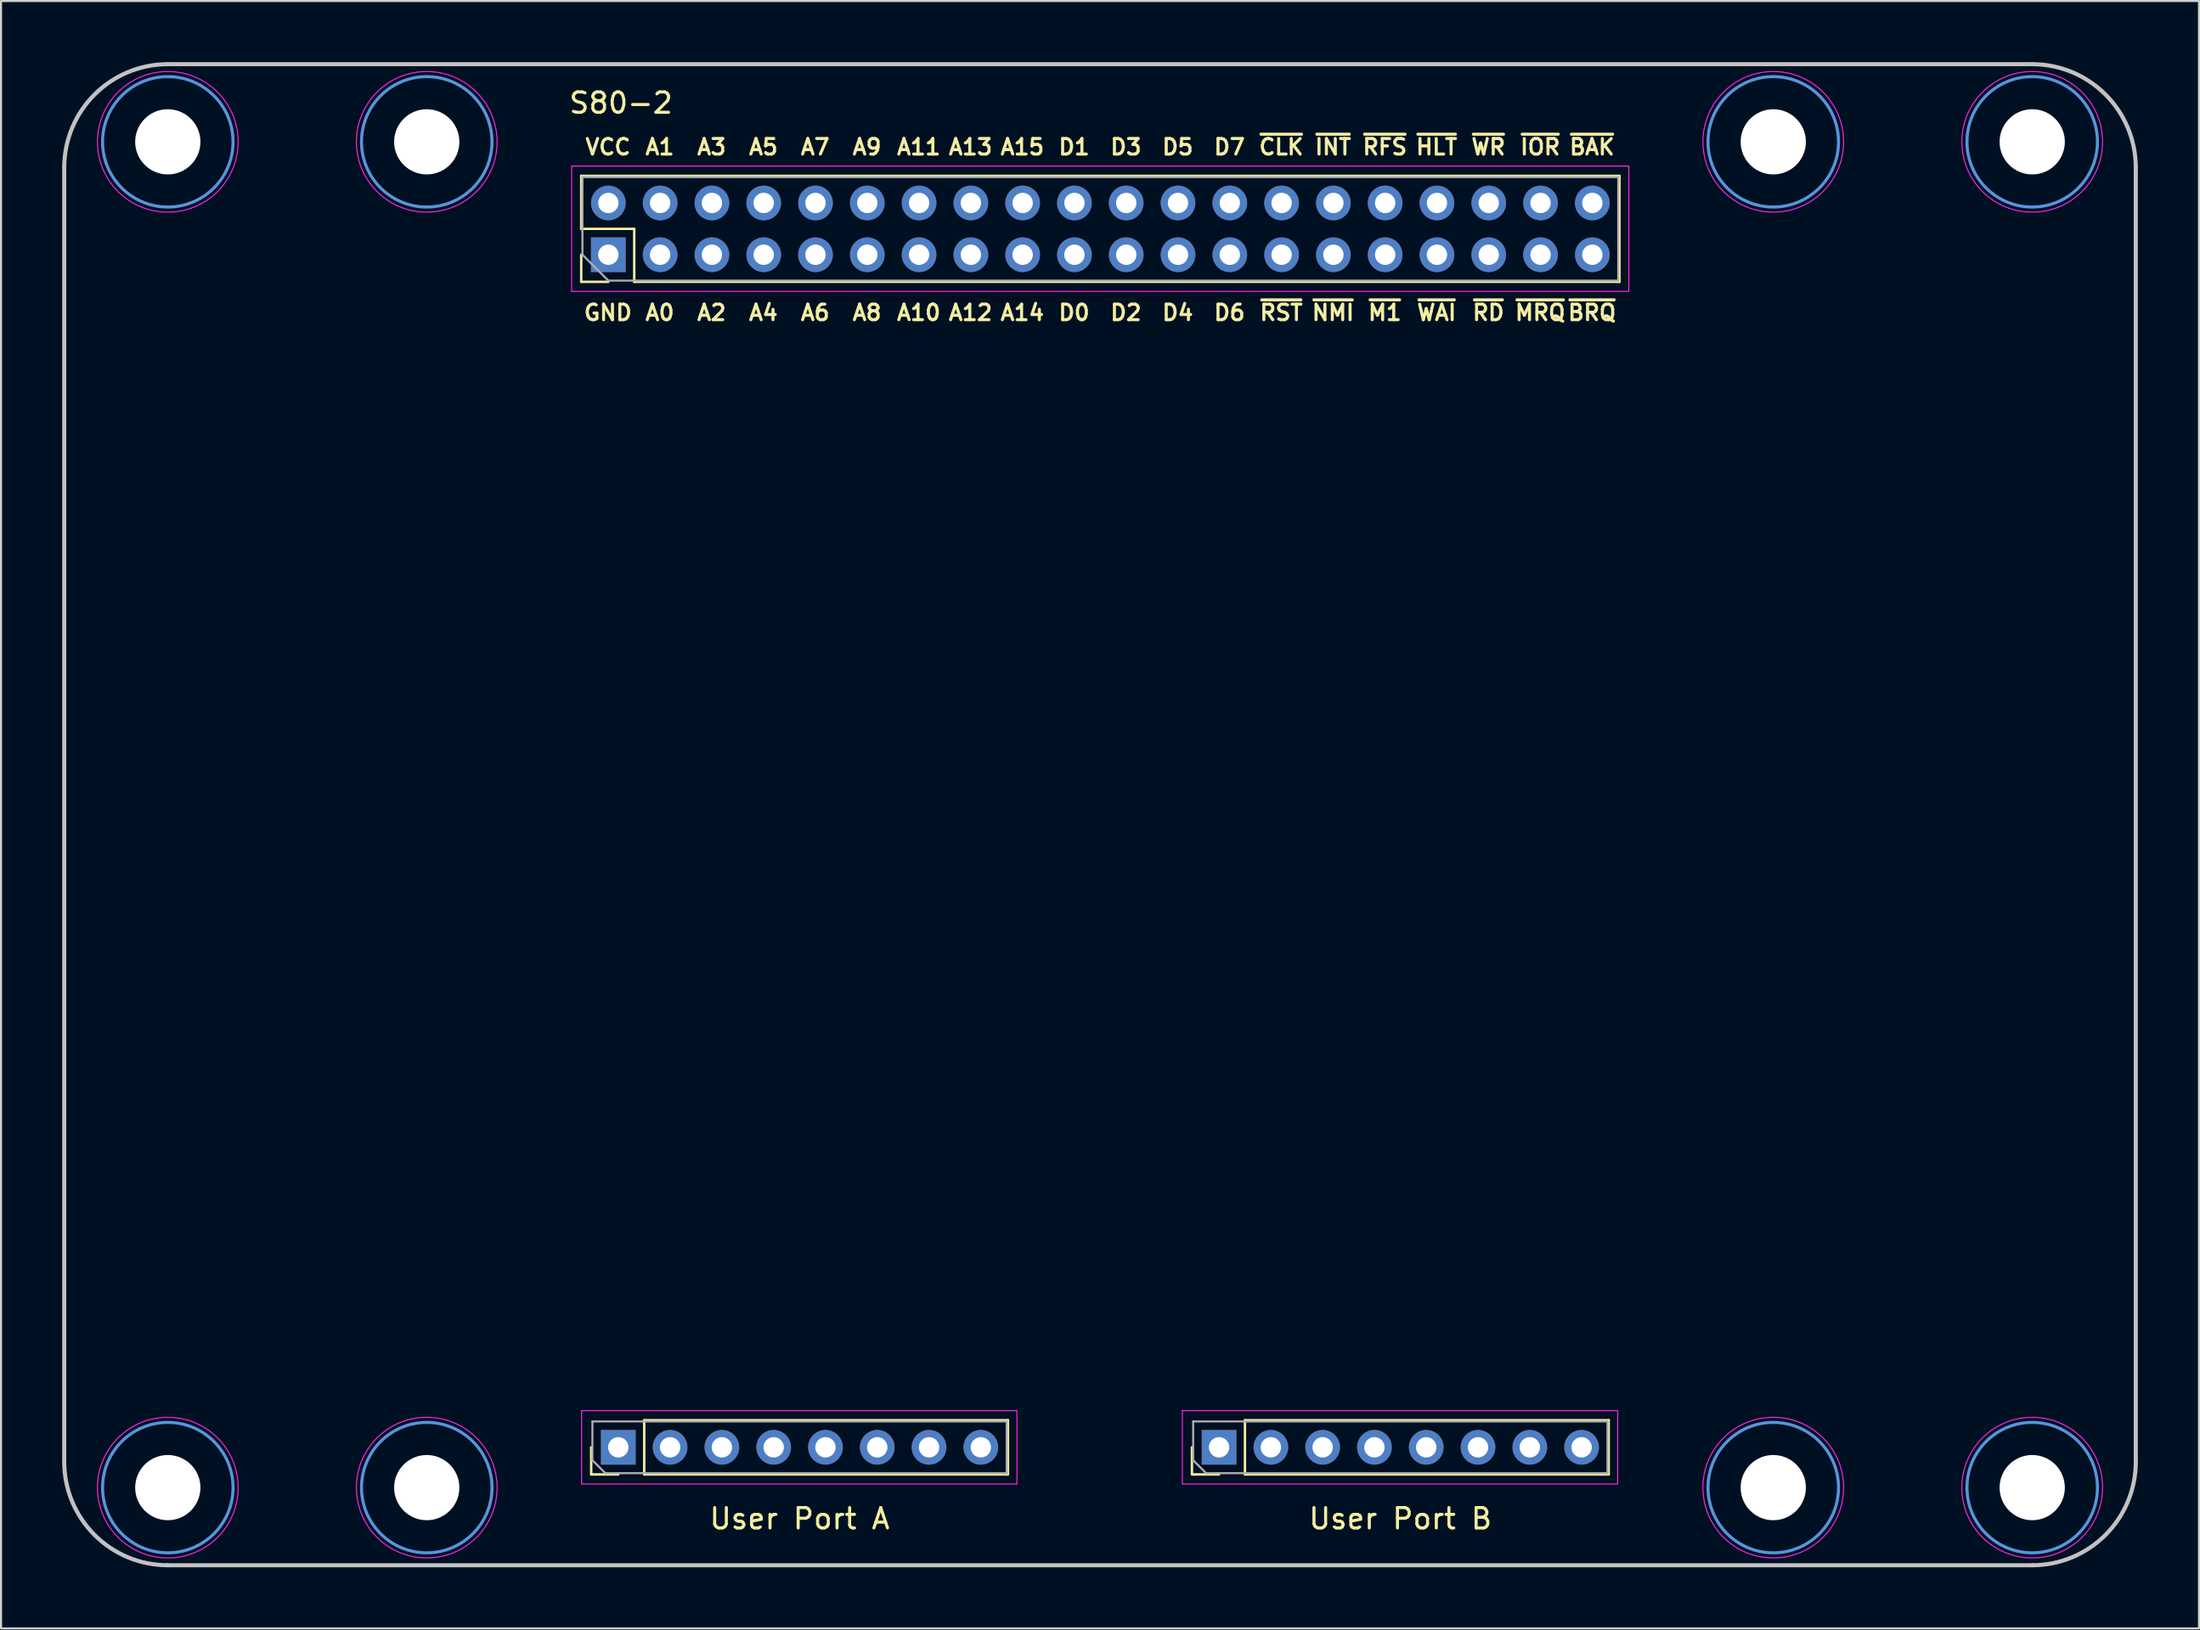
<source format=kicad_pcb>
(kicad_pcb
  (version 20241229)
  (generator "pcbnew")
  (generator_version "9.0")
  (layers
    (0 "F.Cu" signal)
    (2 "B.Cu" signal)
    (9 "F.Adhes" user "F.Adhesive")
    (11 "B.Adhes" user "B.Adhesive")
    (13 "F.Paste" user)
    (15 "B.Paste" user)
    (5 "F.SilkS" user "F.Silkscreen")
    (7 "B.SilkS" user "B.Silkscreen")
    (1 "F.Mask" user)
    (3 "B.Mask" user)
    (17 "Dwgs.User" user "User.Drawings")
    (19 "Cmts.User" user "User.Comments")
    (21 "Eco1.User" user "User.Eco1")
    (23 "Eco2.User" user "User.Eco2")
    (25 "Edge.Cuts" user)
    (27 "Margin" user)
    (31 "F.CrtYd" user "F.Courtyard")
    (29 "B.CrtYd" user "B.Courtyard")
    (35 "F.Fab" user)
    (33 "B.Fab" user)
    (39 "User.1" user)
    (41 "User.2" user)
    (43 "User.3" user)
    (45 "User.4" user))
  (footprint "S80-2"
    (layer "F.Cu")
    (at 50.9 36.93)
    (property "Reference" "S80-2" (at -23.495 -34.925 0) (layer "F.SilkS") (effects (font (size 1 1) (thickness 0.15))))
    (attr through_hole)
    (fp_line (start -25.444 -31.35) (end 25.476 -31.35) (stroke (width 0.12) (type solid)) (layer "F.SilkS"))
    (fp_line (start -25.444 -28.75) (end -25.444 -31.35) (stroke (width 0.12) (type solid)) (layer "F.SilkS"))
    (fp_line (start -25.444 -26.15) (end -25.444 -27.48) (stroke (width 0.12) (type solid)) (layer "F.SilkS"))
    (fp_line (start -24.955 32.372) (end -24.955 31.042) (stroke (width 0.12) (type solid)) (layer "F.SilkS"))
    (fp_line (start -24.114 -26.15) (end -25.444 -26.15) (stroke (width 0.12) (type solid)) (layer "F.SilkS"))
    (fp_line (start -23.625 32.372) (end -24.955 32.372) (stroke (width 0.12) (type solid)) (layer "F.SilkS"))
    (fp_line (start -22.844 -28.75) (end -25.444 -28.75) (stroke (width 0.12) (type solid)) (layer "F.SilkS"))
    (fp_line (start -22.844 -26.15) (end -22.844 -28.75) (stroke (width 0.12) (type solid)) (layer "F.SilkS"))
    (fp_line (start -22.844 -26.15) (end 25.476 -26.15) (stroke (width 0.12) (type solid)) (layer "F.SilkS"))
    (fp_line (start -22.355 29.712) (end -4.515 29.712) (stroke (width 0.12) (type solid)) (layer "F.SilkS"))
    (fp_line (start -22.355 32.372) (end -22.355 29.712) (stroke (width 0.12) (type solid)) (layer "F.SilkS"))
    (fp_line (start -22.355 32.372) (end -4.515 32.372) (stroke (width 0.12) (type solid)) (layer "F.SilkS"))
    (fp_line (start -4.515 32.372) (end -4.515 29.712) (stroke (width 0.12) (type solid)) (layer "F.SilkS"))
    (fp_line (start 4.509 32.372) (end 4.509 31.042) (stroke (width 0.12) (type solid)) (layer "F.SilkS"))
    (fp_line (start 5.839 32.372) (end 4.509 32.372) (stroke (width 0.12) (type solid)) (layer "F.SilkS"))
    (fp_line (start 7.109 29.712) (end 24.949 29.712) (stroke (width 0.12) (type solid)) (layer "F.SilkS"))
    (fp_line (start 7.109 32.372) (end 7.109 29.712) (stroke (width 0.12) (type solid)) (layer "F.SilkS"))
    (fp_line (start 7.109 32.372) (end 24.949 32.372) (stroke (width 0.12) (type solid)) (layer "F.SilkS"))
    (fp_line (start 24.949 32.372) (end 24.949 29.712) (stroke (width 0.12) (type solid)) (layer "F.SilkS"))
    (fp_line (start 25.476 -26.15) (end 25.476 -31.35) (stroke (width 0.12) (type solid)) (layer "F.SilkS"))
    (fp_line (start -50.8 -31.75) (end -50.8 31.75) (stroke (width 0.2) (type solid)) (layer "Dwgs.User"))
    (fp_line (start -45.72 -36.83) (end 45.72 -36.83) (stroke (width 0.2) (type solid)) (layer "Dwgs.User"))
    (fp_line (start -45.72 36.83) (end 45.72 36.83) (stroke (width 0.2) (type solid)) (layer "Dwgs.User"))
    (fp_line (start 50.8 -31.75) (end 50.8 31.75) (stroke (width 0.2) (type solid)) (layer "Dwgs.User"))
    (fp_arc (start -50.8 -31.75) (mid -49.312102 -35.342102) (end -45.72 -36.83) (stroke (width 0.2) (type solid)) (layer "Dwgs.User"))
    (fp_arc (start -45.72 36.83) (mid -49.312102 35.342102) (end -50.8 31.75) (stroke (width 0.2) (type solid)) (layer "Dwgs.User"))
    (fp_arc (start 45.72 -36.83) (mid 49.312102 -35.342102) (end 50.8 -31.75) (stroke (width 0.2) (type solid)) (layer "Dwgs.User"))
    (fp_arc (start 50.8 31.75) (mid 49.312102 35.342102) (end 45.72 36.83) (stroke (width 0.2) (type solid)) (layer "Dwgs.User"))
    (fp_circle (center -45.72 -33.02) (end -42.52 -33.02) (stroke (width 0.15) (type solid)) (fill no) (layer "Cmts.User"))
    (fp_circle (center -45.72 33.02) (end -42.52 33.02) (stroke (width 0.15) (type solid)) (fill no) (layer "Cmts.User"))
    (fp_circle (center -33.02 -33.02) (end -29.82 -33.02) (stroke (width 0.15) (type solid)) (fill no) (layer "Cmts.User"))
    (fp_circle (center -33.02 33.02) (end -29.82 33.02) (stroke (width 0.15) (type solid)) (fill no) (layer "Cmts.User"))
    (fp_circle (center 33.02 -33.02) (end 36.22 -33.02) (stroke (width 0.15) (type solid)) (fill no) (layer "Cmts.User"))
    (fp_circle (center 33.02 33.02) (end 36.22 33.02) (stroke (width 0.15) (type solid)) (fill no) (layer "Cmts.User"))
    (fp_circle (center 45.72 -33.02) (end 48.92 -33.02) (stroke (width 0.15) (type solid)) (fill no) (layer "Cmts.User"))
    (fp_circle (center 45.72 33.02) (end 48.92 33.02) (stroke (width 0.15) (type solid)) (fill no) (layer "Cmts.User"))
    (fp_line (start -25.914 -31.83) (end -25.914 -25.68) (stroke (width 0.05) (type solid)) (layer "F.CrtYd"))
    (fp_line (start -25.914 -25.68) (end 25.936 -25.68) (stroke (width 0.05) (type solid)) (layer "F.CrtYd"))
    (fp_line (start -25.425 29.242) (end -25.425 32.842) (stroke (width 0.05) (type solid)) (layer "F.CrtYd"))
    (fp_line (start -25.425 32.842) (end -4.075 32.842) (stroke (width 0.05) (type solid)) (layer "F.CrtYd"))
    (fp_line (start -4.075 29.242) (end -25.425 29.242) (stroke (width 0.05) (type solid)) (layer "F.CrtYd"))
    (fp_line (start -4.075 32.842) (end -4.075 29.242) (stroke (width 0.05) (type solid)) (layer "F.CrtYd"))
    (fp_line (start 4.039 29.242) (end 4.039 32.842) (stroke (width 0.05) (type solid)) (layer "F.CrtYd"))
    (fp_line (start 4.039 32.842) (end 25.389 32.842) (stroke (width 0.05) (type solid)) (layer "F.CrtYd"))
    (fp_line (start 25.389 29.242) (end 4.039 29.242) (stroke (width 0.05) (type solid)) (layer "F.CrtYd"))
    (fp_line (start 25.389 32.842) (end 25.389 29.242) (stroke (width 0.05) (type solid)) (layer "F.CrtYd"))
    (fp_line (start 25.936 -31.83) (end -25.914 -31.83) (stroke (width 0.05) (type solid)) (layer "F.CrtYd"))
    (fp_line (start 25.936 -25.68) (end 25.936 -31.83) (stroke (width 0.05) (type solid)) (layer "F.CrtYd"))
    (fp_circle (center -45.72 -33.02) (end -42.27 -33.02) (stroke (width 0.05) (type solid)) (fill no) (layer "F.CrtYd"))
    (fp_circle (center -45.72 33.02) (end -42.27 33.02) (stroke (width 0.05) (type solid)) (fill no) (layer "F.CrtYd"))
    (fp_circle (center -33.02 -33.02) (end -29.57 -33.02) (stroke (width 0.05) (type solid)) (fill no) (layer "F.CrtYd"))
    (fp_circle (center -33.02 33.02) (end -29.57 33.02) (stroke (width 0.05) (type solid)) (fill no) (layer "F.CrtYd"))
    (fp_circle (center 33.02 -33.02) (end 36.47 -33.02) (stroke (width 0.05) (type solid)) (fill no) (layer "F.CrtYd"))
    (fp_circle (center 33.02 33.02) (end 36.47 33.02) (stroke (width 0.05) (type solid)) (fill no) (layer "F.CrtYd"))
    (fp_circle (center 45.72 -33.02) (end 49.17 -33.02) (stroke (width 0.05) (type solid)) (fill no) (layer "F.CrtYd"))
    (fp_circle (center 45.72 33.02) (end 49.17 33.02) (stroke (width 0.05) (type solid)) (fill no) (layer "F.CrtYd"))
    (fp_line (start -25.384 -31.29) (end 25.416 -31.29) (stroke (width 0.1) (type solid)) (layer "F.Fab"))
    (fp_line (start -25.384 -27.48) (end -25.384 -31.29) (stroke (width 0.1) (type solid)) (layer "F.Fab"))
    (fp_line (start -24.895 29.772) (end -4.575 29.772) (stroke (width 0.1) (type solid)) (layer "F.Fab"))
    (fp_line (start -24.895 31.677) (end -24.895 29.772) (stroke (width 0.1) (type solid)) (layer "F.Fab"))
    (fp_line (start -24.26 32.312) (end -24.895 31.677) (stroke (width 0.1) (type solid)) (layer "F.Fab"))
    (fp_line (start -24.114 -26.21) (end -25.384 -27.48) (stroke (width 0.1) (type solid)) (layer "F.Fab"))
    (fp_line (start -4.575 29.772) (end -4.575 32.312) (stroke (width 0.1) (type solid)) (layer "F.Fab"))
    (fp_line (start -4.575 32.312) (end -24.26 32.312) (stroke (width 0.1) (type solid)) (layer "F.Fab"))
    (fp_line (start 4.569 29.772) (end 24.889 29.772) (stroke (width 0.1) (type solid)) (layer "F.Fab"))
    (fp_line (start 4.569 31.677) (end 4.569 29.772) (stroke (width 0.1) (type solid)) (layer "F.Fab"))
    (fp_line (start 5.204 32.312) (end 4.569 31.677) (stroke (width 0.1) (type solid)) (layer "F.Fab"))
    (fp_line (start 24.889 29.772) (end 24.889 32.312) (stroke (width 0.1) (type solid)) (layer "F.Fab"))
    (fp_line (start 24.889 32.312) (end 5.204 32.312) (stroke (width 0.1) (type solid)) (layer "F.Fab"))
    (fp_line (start 25.416 -31.29) (end 25.416 -26.21) (stroke (width 0.1) (type solid)) (layer "F.Fab"))
    (fp_line (start 25.416 -26.21) (end -24.114 -26.21) (stroke (width 0.1) (type solid)) (layer "F.Fab"))
    (fp_text user "A6" (at -13.97 -24.638 0) (layer "F.SilkS") (effects (font (size 0.762 0.762) (thickness 0.15))))
    (fp_text user "A0" (at -21.59 -24.638 0) (layer "F.SilkS") (effects (font (size 0.762 0.762) (thickness 0.15))))
    (fp_text user "~{WR}" (at 19.05 -32.766 0) (layer "F.SilkS") (effects (font (size 0.762 0.762) (thickness 0.15))))
    (fp_text user "~{M1}" (at 13.97 -24.638 0) (layer "F.SilkS") (effects (font (size 0.762 0.762) (thickness 0.15))))
    (fp_text user "~{HLT}" (at 16.51 -32.766 0) (layer "F.SilkS") (effects (font (size 0.762 0.762) (thickness 0.15))))
    (fp_text user "~{WAI}" (at 16.51 -24.638 0) (layer "F.SilkS") (effects (font (size 0.762 0.762) (thickness 0.15))))
    (fp_text user "~{MRQ}" (at 21.59 -24.638 0) (layer "F.SilkS") (effects (font (size 0.762 0.762) (thickness 0.15))))
    (fp_text user "~{CLK}" (at 8.89 -32.766 0) (layer "F.SilkS") (effects (font (size 0.762 0.762) (thickness 0.15))))
    (fp_text user "~{RST}" (at 8.89 -24.638 0) (layer "F.SilkS") (effects (font (size 0.762 0.762) (thickness 0.15))))
    (fp_text user "A15" (at -3.81 -32.766 0) (layer "F.SilkS") (effects (font (size 0.762 0.762) (thickness 0.15))))
    (fp_text user "A14" (at -3.81 -24.638 0) (layer "F.SilkS") (effects (font (size 0.762 0.762) (thickness 0.15))))
    (fp_text user "D3" (at 1.27 -32.766 0) (layer "F.SilkS") (effects (font (size 0.762 0.762) (thickness 0.15))))
    (fp_text user "~{BRQ}" (at 24.13 -24.638 0) (layer "F.SilkS") (effects (font (size 0.762 0.762) (thickness 0.15))))
    (fp_text user "A12" (at -6.35 -24.638 0) (layer "F.SilkS") (effects (font (size 0.762 0.762) (thickness 0.15))))
    (fp_text user "A4" (at -16.51 -24.638 0) (layer "F.SilkS") (effects (font (size 0.762 0.762) (thickness 0.15))))
    (fp_text user "A13" (at -6.35 -32.766 0) (layer "F.SilkS") (effects (font (size 0.762 0.762) (thickness 0.15))))
    (fp_text user "User Port A" (at -14.732 34.544 0) (layer "F.SilkS") (effects (font (size 1 1) (thickness 0.15))))
    (fp_text user "A2" (at -19.05 -24.638 0) (layer "F.SilkS") (effects (font (size 0.762 0.762) (thickness 0.15))))
    (fp_text user "A5" (at -16.51 -32.766 0) (layer "F.SilkS") (effects (font (size 0.762 0.762) (thickness 0.15))))
    (fp_text user "D0" (at -1.27 -24.638 0) (layer "F.SilkS") (effects (font (size 0.762 0.762) (thickness 0.15))))
    (fp_text user "D7" (at 6.35 -32.766 0) (layer "F.SilkS") (effects (font (size 0.762 0.762) (thickness 0.15))))
    (fp_text user "A7" (at -13.97 -32.766 0) (layer "F.SilkS") (effects (font (size 0.762 0.762) (thickness 0.15))))
    (fp_text user "A8" (at -11.43 -24.638 0) (layer "F.SilkS") (effects (font (size 0.762 0.762) (thickness 0.15))))
    (fp_text user "D4" (at 3.81 -24.638 0) (layer "F.SilkS") (effects (font (size 0.762 0.762) (thickness 0.15))))
    (fp_text user "D1" (at -1.27 -32.766 0) (layer "F.SilkS") (effects (font (size 0.762 0.762) (thickness 0.15))))
    (fp_text user "A1" (at -21.59 -32.766 0) (layer "F.SilkS") (effects (font (size 0.762 0.762) (thickness 0.15))))
    (fp_text user "D5" (at 3.81 -32.766 0) (layer "F.SilkS") (effects (font (size 0.762 0.762) (thickness 0.15))))
    (fp_text user "User Port B" (at 14.732 34.544 0) (layer "F.SilkS") (effects (font (size 1 1) (thickness 0.15))))
    (fp_text user "~{IOR}" (at 21.59 -32.766 0) (layer "F.SilkS") (effects (font (size 0.762 0.762) (thickness 0.15))))
    (fp_text user "A10" (at -8.89 -24.638 0) (layer "F.SilkS") (effects (font (size 0.762 0.762) (thickness 0.15))))
    (fp_text user "A3" (at -19.05 -32.766 0) (layer "F.SilkS") (effects (font (size 0.762 0.762) (thickness 0.15))))
    (fp_text user "~{INT}" (at 11.43 -32.766 0) (layer "F.SilkS") (effects (font (size 0.762 0.762) (thickness 0.15))))
    (fp_text user "A9" (at -11.43 -32.766 0) (layer "F.SilkS") (effects (font (size 0.762 0.762) (thickness 0.15))))
    (fp_text user "~{NMI}" (at 11.43 -24.638 0) (layer "F.SilkS") (effects (font (size 0.762 0.762) (thickness 0.15))))
    (fp_text user "D6" (at 6.35 -24.638 0) (layer "F.SilkS") (effects (font (size 0.762 0.762) (thickness 0.15))))
    (fp_text user "A11" (at -8.89 -32.766 0) (layer "F.SilkS") (effects (font (size 0.762 0.762) (thickness 0.15))))
    (fp_text user "VCC" (at -24.13 -32.766 0) (layer "F.SilkS") (effects (font (size 0.762 0.762) (thickness 0.15))))
    (fp_text user "GND" (at -24.13 -24.638 0) (layer "F.SilkS") (effects (font (size 0.762 0.762) (thickness 0.15))))
    (fp_text user "~{RFS}" (at 13.97 -32.766 0) (layer "F.SilkS") (effects (font (size 0.762 0.762) (thickness 0.15))))
    (fp_text user "~{BAK}" (at 24.13 -32.766 0) (layer "F.SilkS") (effects (font (size 0.762 0.762) (thickness 0.15))))
    (fp_text user "~{RD}" (at 19.05 -24.638 0) (layer "F.SilkS") (effects (font (size 0.762 0.762) (thickness 0.15))))
    (fp_text user "D2" (at 1.27 -24.638 0) (layer "F.SilkS") (effects (font (size 0.762 0.762) (thickness 0.15))))
    (pad "" np_thru_hole circle (at -45.72 -33.02) (size 3.2 3.2) (drill 3.2) (layers "*.Cu" "*.Mask"))
    (pad "" np_thru_hole circle (at -45.72 33.02) (size 3.2 3.2) (drill 3.2) (layers "*.Cu" "*.Mask"))
    (pad "" np_thru_hole circle (at -33.02 -33.02) (size 3.2 3.2) (drill 3.2) (layers "*.Cu" "*.Mask"))
    (pad "" np_thru_hole circle (at -33.02 33.02) (size 3.2 3.2) (drill 3.2) (layers "*.Cu" "*.Mask"))
    (pad "" np_thru_hole circle (at 33.02 -33.02) (size 3.2 3.2) (drill 3.2) (layers "*.Cu" "*.Mask"))
    (pad "" np_thru_hole circle (at 33.02 33.02) (size 3.2 3.2) (drill 3.2) (layers "*.Cu" "*.Mask"))
    (pad "" np_thru_hole circle (at 45.72 -33.02) (size 3.2 3.2) (drill 3.2) (layers "*.Cu" "*.Mask"))
    (pad "" np_thru_hole circle (at 45.72 33.02) (size 3.2 3.2) (drill 3.2) (layers "*.Cu" "*.Mask"))
    (pad "1" thru_hole rect (at -24.114 -27.48 90) (size 1.7 1.7) (drill 1) (layers "*.Cu" "*.Mask"))
    (pad "2" thru_hole oval (at -24.114 -30.02 90) (size 1.7 1.7) (drill 1) (layers "*.Cu" "*.Mask"))
    (pad "3" thru_hole oval (at -21.574 -27.48 90) (size 1.7 1.7) (drill 1) (layers "*.Cu" "*.Mask"))
    (pad "4" thru_hole oval (at -21.574 -30.02 90) (size 1.7 1.7) (drill 1) (layers "*.Cu" "*.Mask"))
    (pad "5" thru_hole oval (at -19.034 -27.48 90) (size 1.7 1.7) (drill 1) (layers "*.Cu" "*.Mask"))
    (pad "6" thru_hole oval (at -19.034 -30.02 90) (size 1.7 1.7) (drill 1) (layers "*.Cu" "*.Mask"))
    (pad "7" thru_hole oval (at -16.494 -27.48 90) (size 1.7 1.7) (drill 1) (layers "*.Cu" "*.Mask"))
    (pad "8" thru_hole oval (at -16.494 -30.02 90) (size 1.7 1.7) (drill 1) (layers "*.Cu" "*.Mask"))
    (pad "9" thru_hole oval (at -13.954 -27.48 90) (size 1.7 1.7) (drill 1) (layers "*.Cu" "*.Mask"))
    (pad "10" thru_hole oval (at -13.954 -30.02 90) (size 1.7 1.7) (drill 1) (layers "*.Cu" "*.Mask"))
    (pad "11" thru_hole oval (at -11.414 -27.48 90) (size 1.7 1.7) (drill 1) (layers "*.Cu" "*.Mask"))
    (pad "12" thru_hole oval (at -11.414 -30.02 90) (size 1.7 1.7) (drill 1) (layers "*.Cu" "*.Mask"))
    (pad "13" thru_hole oval (at -8.874 -27.48 90) (size 1.7 1.7) (drill 1) (layers "*.Cu" "*.Mask"))
    (pad "14" thru_hole oval (at -8.874 -30.02 90) (size 1.7 1.7) (drill 1) (layers "*.Cu" "*.Mask"))
    (pad "15" thru_hole oval (at -6.334 -27.48 90) (size 1.7 1.7) (drill 1) (layers "*.Cu" "*.Mask"))
    (pad "16" thru_hole oval (at -6.334 -30.02 90) (size 1.7 1.7) (drill 1) (layers "*.Cu" "*.Mask"))
    (pad "17" thru_hole oval (at -3.794 -27.48 90) (size 1.7 1.7) (drill 1) (layers "*.Cu" "*.Mask"))
    (pad "18" thru_hole oval (at -3.794 -30.02 90) (size 1.7 1.7) (drill 1) (layers "*.Cu" "*.Mask"))
    (pad "19" thru_hole oval (at -1.254 -27.48 90) (size 1.7 1.7) (drill 1) (layers "*.Cu" "*.Mask"))
    (pad "20" thru_hole oval (at -1.254 -30.02 90) (size 1.7 1.7) (drill 1) (layers "*.Cu" "*.Mask"))
    (pad "21" thru_hole oval (at 1.286 -27.48 90) (size 1.7 1.7) (drill 1) (layers "*.Cu" "*.Mask"))
    (pad "22" thru_hole oval (at 1.286 -30.02 90) (size 1.7 1.7) (drill 1) (layers "*.Cu" "*.Mask"))
    (pad "23" thru_hole oval (at 3.826 -27.48 90) (size 1.7 1.7) (drill 1) (layers "*.Cu" "*.Mask"))
    (pad "24" thru_hole oval (at 3.826 -30.02 90) (size 1.7 1.7) (drill 1) (layers "*.Cu" "*.Mask"))
    (pad "25" thru_hole oval (at 6.366 -27.48 90) (size 1.7 1.7) (drill 1) (layers "*.Cu" "*.Mask"))
    (pad "26" thru_hole oval (at 6.366 -30.02 90) (size 1.7 1.7) (drill 1) (layers "*.Cu" "*.Mask"))
    (pad "27" thru_hole oval (at 8.906 -27.48 90) (size 1.7 1.7) (drill 1) (layers "*.Cu" "*.Mask"))
    (pad "28" thru_hole oval (at 8.906 -30.02 90) (size 1.7 1.7) (drill 1) (layers "*.Cu" "*.Mask"))
    (pad "29" thru_hole oval (at 11.446 -27.48 90) (size 1.7 1.7) (drill 1) (layers "*.Cu" "*.Mask"))
    (pad "30" thru_hole oval (at 11.446 -30.02 90) (size 1.7 1.7) (drill 1) (layers "*.Cu" "*.Mask"))
    (pad "31" thru_hole oval (at 13.986 -27.48 90) (size 1.7 1.7) (drill 1) (layers "*.Cu" "*.Mask"))
    (pad "32" thru_hole oval (at 13.986 -30.02 90) (size 1.7 1.7) (drill 1) (layers "*.Cu" "*.Mask"))
    (pad "33" thru_hole oval (at 16.526 -27.48 90) (size 1.7 1.7) (drill 1) (layers "*.Cu" "*.Mask"))
    (pad "34" thru_hole oval (at 16.526 -30.02 90) (size 1.7 1.7) (drill 1) (layers "*.Cu" "*.Mask"))
    (pad "35" thru_hole oval (at 19.066 -27.48 90) (size 1.7 1.7) (drill 1) (layers "*.Cu" "*.Mask"))
    (pad "36" thru_hole oval (at 19.066 -30.02 90) (size 1.7 1.7) (drill 1) (layers "*.Cu" "*.Mask"))
    (pad "37" thru_hole oval (at 21.606 -27.48 90) (size 1.7 1.7) (drill 1) (layers "*.Cu" "*.Mask"))
    (pad "38" thru_hole oval (at 21.606 -30.02 90) (size 1.7 1.7) (drill 1) (layers "*.Cu" "*.Mask"))
    (pad "39" thru_hole oval (at 24.146 -27.48 90) (size 1.7 1.7) (drill 1) (layers "*.Cu" "*.Mask"))
    (pad "40" thru_hole oval (at 24.146 -30.02 90) (size 1.7 1.7) (drill 1) (layers "*.Cu" "*.Mask"))
    (pad "41" thru_hole rect (at -23.625 31.042 90) (size 1.7 1.7) (drill 1) (layers "*.Cu" "*.Mask"))
    (pad "42" thru_hole oval (at -21.085 31.042 90) (size 1.7 1.7) (drill 1) (layers "*.Cu" "*.Mask"))
    (pad "43" thru_hole oval (at -18.545 31.042 90) (size 1.7 1.7) (drill 1) (layers "*.Cu" "*.Mask"))
    (pad "44" thru_hole oval (at -16.005 31.042 90) (size 1.7 1.7) (drill 1) (layers "*.Cu" "*.Mask"))
    (pad "45" thru_hole oval (at -13.465 31.042 90) (size 1.7 1.7) (drill 1) (layers "*.Cu" "*.Mask"))
    (pad "46" thru_hole oval (at -10.925 31.042 90) (size 1.7 1.7) (drill 1) (layers "*.Cu" "*.Mask"))
    (pad "47" thru_hole oval (at -8.385 31.042 90) (size 1.7 1.7) (drill 1) (layers "*.Cu" "*.Mask"))
    (pad "48" thru_hole oval (at -5.845 31.042 90) (size 1.7 1.7) (drill 1) (layers "*.Cu" "*.Mask"))
    (pad "49" thru_hole rect (at 5.839 31.042 90) (size 1.7 1.7) (drill 1) (layers "*.Cu" "*.Mask"))
    (pad "50" thru_hole oval (at 8.379 31.042 90) (size 1.7 1.7) (drill 1) (layers "*.Cu" "*.Mask"))
    (pad "51" thru_hole oval (at 10.919 31.042 90) (size 1.7 1.7) (drill 1) (layers "*.Cu" "*.Mask"))
    (pad "52" thru_hole oval (at 13.459 31.042 90) (size 1.7 1.7) (drill 1) (layers "*.Cu" "*.Mask"))
    (pad "53" thru_hole oval (at 15.999 31.042 90) (size 1.7 1.7) (drill 1) (layers "*.Cu" "*.Mask"))
    (pad "54" thru_hole oval (at 18.539 31.042 90) (size 1.7 1.7) (drill 1) (layers "*.Cu" "*.Mask"))
    (pad "55" thru_hole oval (at 21.079 31.042 90) (size 1.7 1.7) (drill 1) (layers "*.Cu" "*.Mask"))
    (pad "56" thru_hole oval (at 23.619 31.042 90) (size 1.7 1.7) (drill 1) (layers "*.Cu" "*.Mask")))
  (gr_rect
    (start -3 -3)
    (end 104.8 76.86)
    (stroke (width 0.1) (type default))
    (fill no)
    (layer "Edge.Cuts")))
</source>
